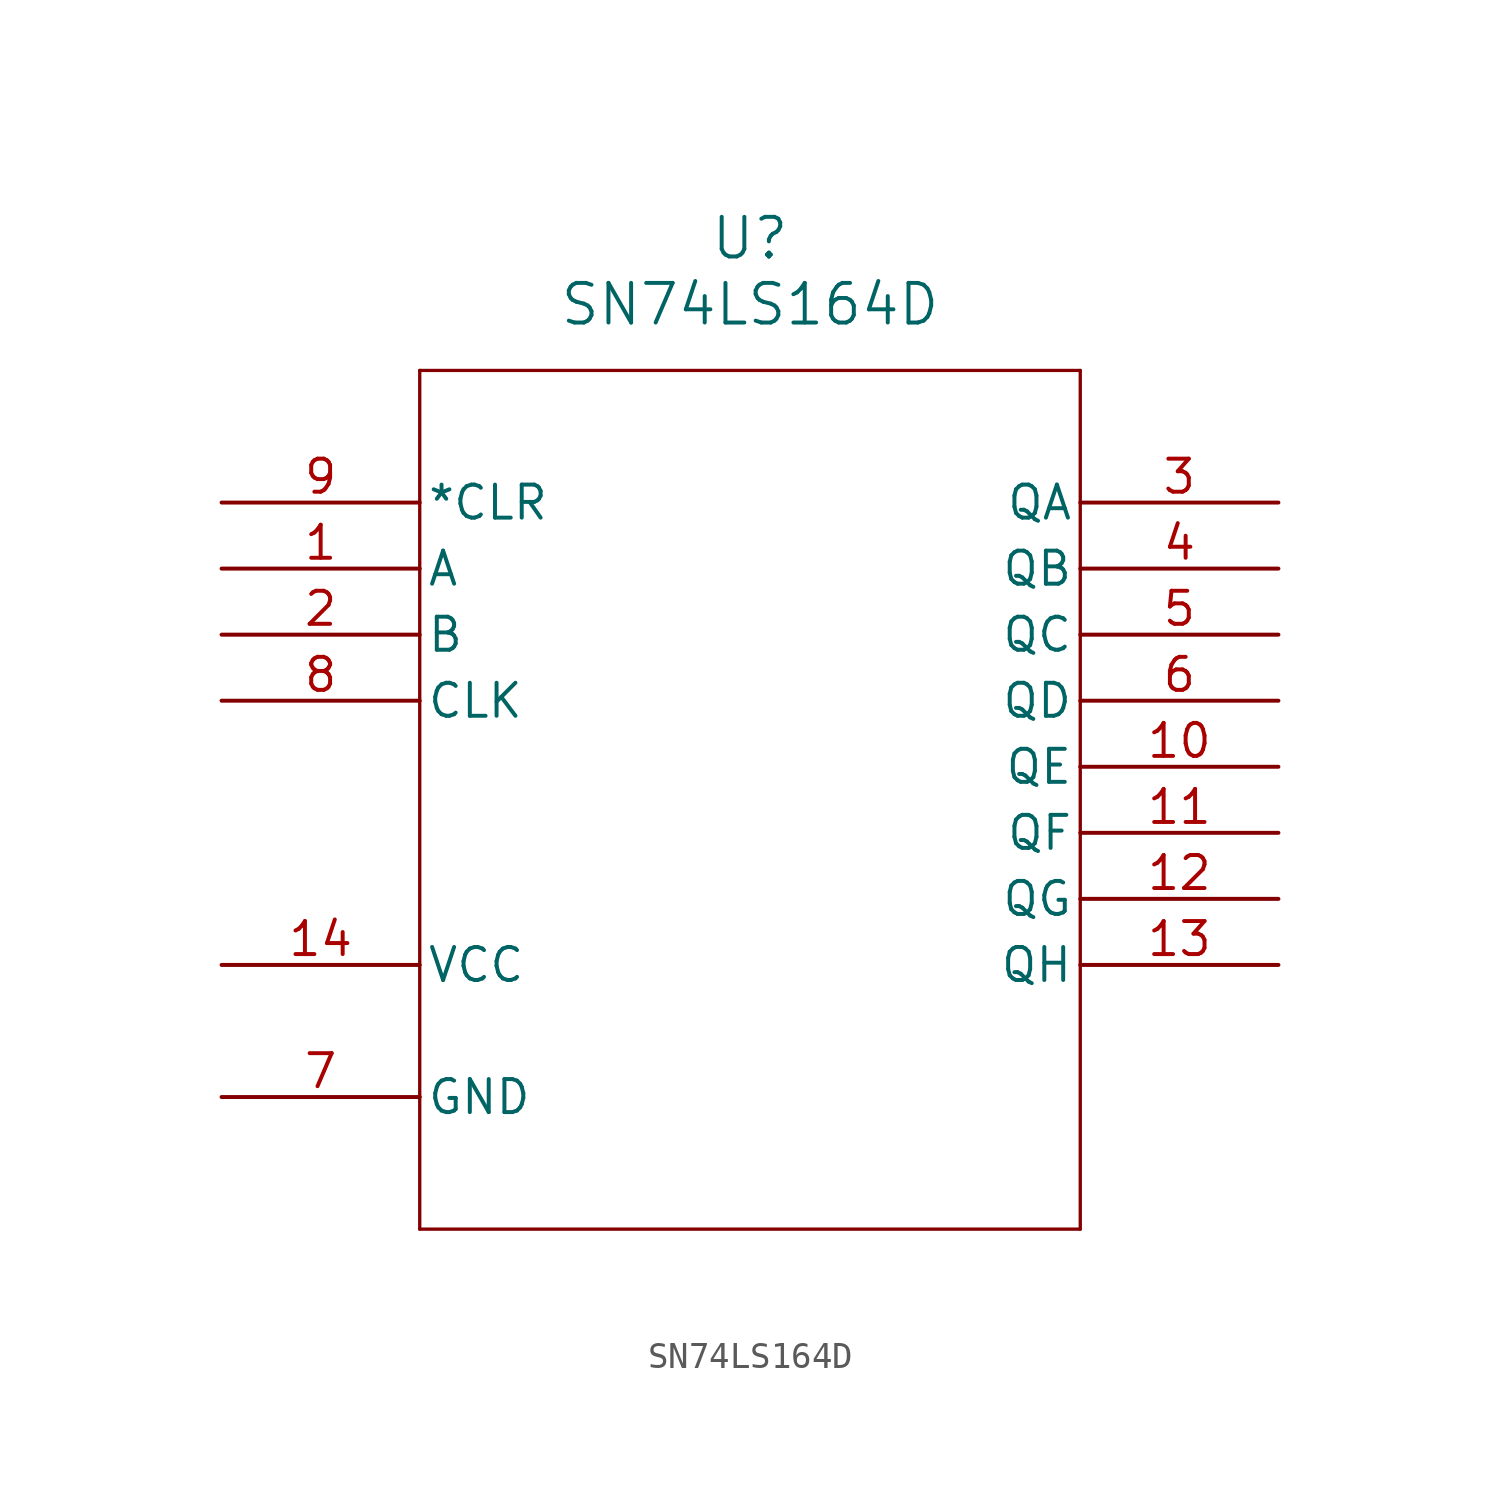
<source format=kicad_sym>
(kicad_symbol_lib
  (version 20220914)
  (generator kicad_symbol_editor)
  (symbol "SN74LS164D"
    (pin_names
      (offset 0.254))
    (property "Reference" "U"
      (at 20.32 10.16 0)
      (effects (font (size 1.524 1.524))))
    (property "Value" "SN74LS164D"
      (at 20.32 7.62 0)
      (effects (font (size 1.524 1.524))))
    (property "ki_locked" ""
      (at 0 0 0)
      (effects (font (size 1.27 1.27))))
    (symbol "SN74LS164D_0_1"
      (polyline (pts (xy 7.62 -27.94) (xy 33.02 -27.94)) (stroke (width 0.127) (type default)) (fill (type none)))
      (polyline (pts (xy 7.62 5.08) (xy 7.62 -27.94)) (stroke (width 0.127) (type default)) (fill (type none)))
      (polyline (pts (xy 33.02 -27.94) (xy 33.02 5.08)) (stroke (width 0.127) (type default)) (fill (type none)))
      (polyline (pts (xy 33.02 5.08) (xy 7.62 5.08)) (stroke (width 0.127) (type default)) (fill (type none)))
      (pin input line (at 0 -2.54 0) (length 7.62) (name "A" (effects (font (size 1.27 1.27)))) (number "1" (effects (font (size 1.27 1.27)))))
      (pin output line (at 40.64 -10.16 180) (length 7.62) (name "QE" (effects (font (size 1.27 1.27)))) (number "10" (effects (font (size 1.27 1.27)))))
      (pin output line (at 40.64 -12.7 180) (length 7.62) (name "QF" (effects (font (size 1.27 1.27)))) (number "11" (effects (font (size 1.27 1.27)))))
      (pin output line (at 40.64 -15.24 180) (length 7.62) (name "QG" (effects (font (size 1.27 1.27)))) (number "12" (effects (font (size 1.27 1.27)))))
      (pin output line (at 40.64 -17.78 180) (length 7.62) (name "QH" (effects (font (size 1.27 1.27)))) (number "13" (effects (font (size 1.27 1.27)))))
      (pin power_in line (at 0 -17.78 0) (length 7.62) (name "VCC" (effects (font (size 1.27 1.27)))) (number "14" (effects (font (size 1.27 1.27)))))
      (pin input line (at 0 -5.08 0) (length 7.62) (name "B" (effects (font (size 1.27 1.27)))) (number "2" (effects (font (size 1.27 1.27)))))
      (pin output line (at 40.64 0 180) (length 7.62) (name "QA" (effects (font (size 1.27 1.27)))) (number "3" (effects (font (size 1.27 1.27)))))
      (pin output line (at 40.64 -2.54 180) (length 7.62) (name "QB" (effects (font (size 1.27 1.27)))) (number "4" (effects (font (size 1.27 1.27)))))
      (pin output line (at 40.64 -5.08 180) (length 7.62) (name "QC" (effects (font (size 1.27 1.27)))) (number "5" (effects (font (size 1.27 1.27)))))
      (pin output line (at 40.64 -7.62 180) (length 7.62) (name "QD" (effects (font (size 1.27 1.27)))) (number "6" (effects (font (size 1.27 1.27)))))
      (pin power_in line (at 0 -22.86 0) (length 7.62) (name "GND" (effects (font (size 1.27 1.27)))) (number "7" (effects (font (size 1.27 1.27)))))
      (pin input line (at 0 -7.62 0) (length 7.62) (name "CLK" (effects (font (size 1.27 1.27)))) (number "8" (effects (font (size 1.27 1.27)))))
      (pin input line (at 0 0 0) (length 7.62) (name "*CLR" (effects (font (size 1.27 1.27)))) (number "9" (effects (font (size 1.27 1.27))))))))
</source>
